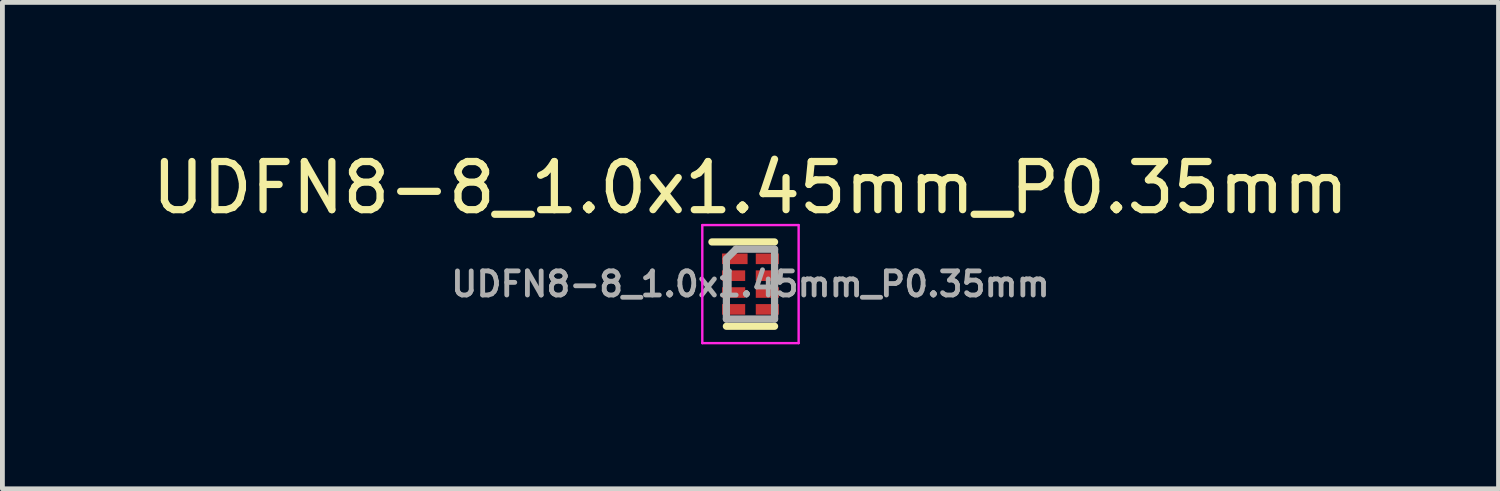
<source format=kicad_pcb>
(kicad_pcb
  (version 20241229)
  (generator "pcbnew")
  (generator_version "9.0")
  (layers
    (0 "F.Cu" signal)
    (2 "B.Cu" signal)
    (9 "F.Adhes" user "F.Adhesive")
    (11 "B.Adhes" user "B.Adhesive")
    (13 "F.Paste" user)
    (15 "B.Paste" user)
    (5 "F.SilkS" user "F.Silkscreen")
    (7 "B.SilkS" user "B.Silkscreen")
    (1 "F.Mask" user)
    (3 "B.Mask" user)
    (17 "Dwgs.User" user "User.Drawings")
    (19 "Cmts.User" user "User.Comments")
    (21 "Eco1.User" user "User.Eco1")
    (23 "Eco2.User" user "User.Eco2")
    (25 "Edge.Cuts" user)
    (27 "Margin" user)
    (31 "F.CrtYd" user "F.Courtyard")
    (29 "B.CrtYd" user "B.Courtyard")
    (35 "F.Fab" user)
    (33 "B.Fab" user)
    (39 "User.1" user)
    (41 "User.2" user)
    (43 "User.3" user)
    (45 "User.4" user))
  (footprint "UDFN8-8_1.0x1.45mm_P0.35mm"
    (layer "F.Cu")
    (at 12.53 2.848)
    (property "Reference" "UDFN8-8_1.0x1.45mm_P0.35mm" (at 0 -2 0) (layer "F.SilkS") (effects (font (size 1 1) (thickness 0.15))))
    (attr smd)
    (fp_line (start 0.5 -0.875) (end -0.8 -0.875) (stroke (width 0.15) (type solid)) (layer "F.SilkS"))
    (fp_line (start 0.5 0.875) (end -0.5 0.875) (stroke (width 0.15) (type solid)) (layer "F.SilkS"))
    (fp_line (start -1 -1.225) (end 1 -1.225) (stroke (width 0.05) (type solid)) (layer "F.CrtYd"))
    (fp_line (start -1 1.225) (end -1 -1.225) (stroke (width 0.05) (type solid)) (layer "F.CrtYd"))
    (fp_line (start -1 1.225) (end 1 1.225) (stroke (width 0.05) (type solid)) (layer "F.CrtYd"))
    (fp_line (start 1 1.225) (end 1 -1.225) (stroke (width 0.05) (type solid)) (layer "F.CrtYd"))
    (fp_line (start -0.5 -0.525) (end -0.3 -0.725) (stroke (width 0.15) (type solid)) (layer "F.Fab"))
    (fp_line (start -0.5 0.725) (end -0.5 -0.525) (stroke (width 0.15) (type solid)) (layer "F.Fab"))
    (fp_line (start 0.5 -0.725) (end -0.3 -0.725) (stroke (width 0.15) (type solid)) (layer "F.Fab"))
    (fp_line (start 0.5 -0.725) (end 0.5 0.725) (stroke (width 0.15) (type solid)) (layer "F.Fab"))
    (fp_line (start 0.5 0.725) (end -0.5 0.725) (stroke (width 0.15) (type solid)) (layer "F.Fab"))
    (fp_text user "${REFERENCE}" (at 0 0 0) (layer "F.Fab") (effects (font (size 0.5 0.5) (thickness 0.1))))
    (pad "1" smd rect (at -0.325 -0.525) (size 0.53 0.22) (layers "F.Cu" "F.Mask" "F.Paste"))
    (pad "2" smd rect (at -0.35 -0.175) (size 0.48 0.22) (layers "F.Cu" "F.Mask" "F.Paste"))
    (pad "3" smd rect (at -0.35 0.175) (size 0.48 0.22) (layers "F.Cu" "F.Mask" "F.Paste"))
    (pad "4" smd rect (at -0.35 0.525) (size 0.48 0.22) (layers "F.Cu" "F.Mask" "F.Paste"))
    (pad "5" smd rect (at 0.35 0.525) (size 0.48 0.22) (layers "F.Cu" "F.Mask" "F.Paste"))
    (pad "6" smd rect (at 0.35 0.175) (size 0.48 0.22) (layers "F.Cu" "F.Mask" "F.Paste"))
    (pad "7" smd rect (at 0.35 -0.175) (size 0.48 0.22) (layers "F.Cu" "F.Mask" "F.Paste"))
    (pad "8" smd rect (at 0.35 -0.525) (size 0.48 0.22) (layers "F.Cu" "F.Mask" "F.Paste")))
  (gr_rect
    (start -3 -3)
    (end 28.06 7.098)
    (stroke (width 0.1) (type default))
    (fill no)
    (layer "Edge.Cuts")))
</source>
